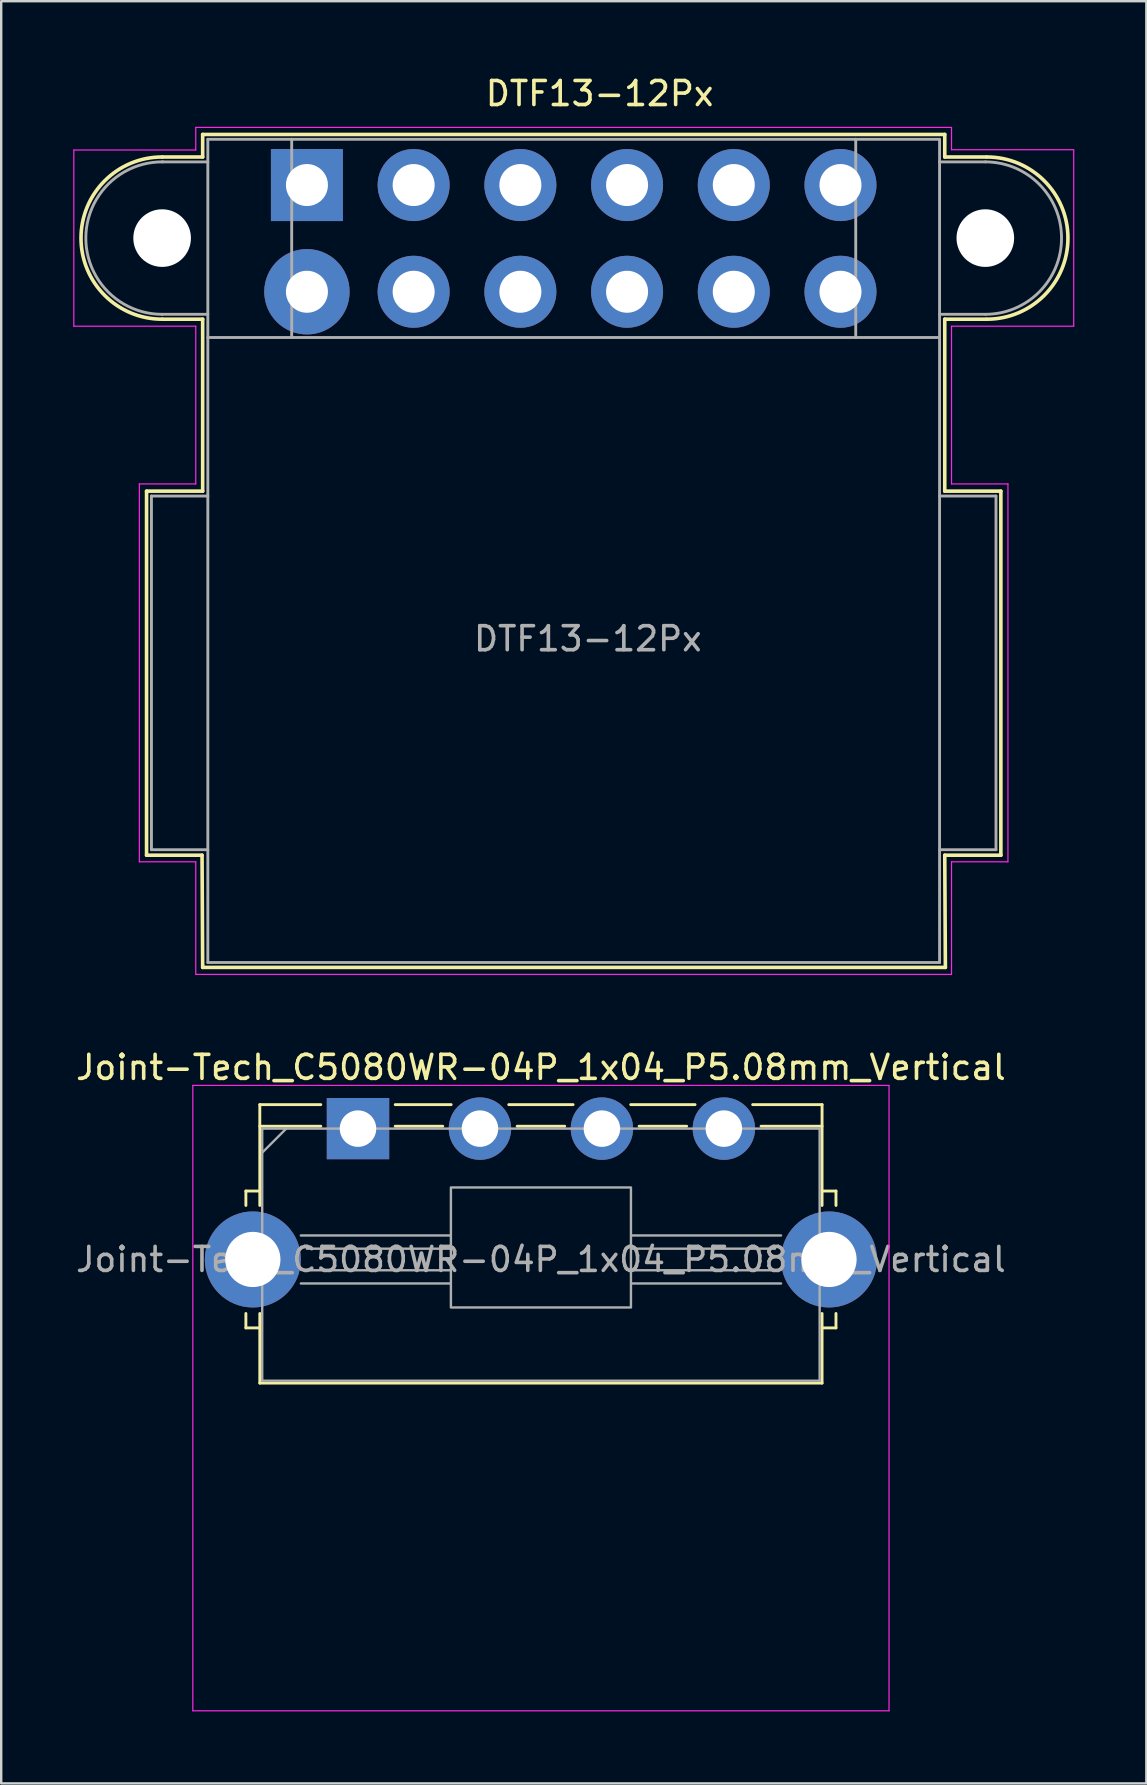
<source format=kicad_pcb>
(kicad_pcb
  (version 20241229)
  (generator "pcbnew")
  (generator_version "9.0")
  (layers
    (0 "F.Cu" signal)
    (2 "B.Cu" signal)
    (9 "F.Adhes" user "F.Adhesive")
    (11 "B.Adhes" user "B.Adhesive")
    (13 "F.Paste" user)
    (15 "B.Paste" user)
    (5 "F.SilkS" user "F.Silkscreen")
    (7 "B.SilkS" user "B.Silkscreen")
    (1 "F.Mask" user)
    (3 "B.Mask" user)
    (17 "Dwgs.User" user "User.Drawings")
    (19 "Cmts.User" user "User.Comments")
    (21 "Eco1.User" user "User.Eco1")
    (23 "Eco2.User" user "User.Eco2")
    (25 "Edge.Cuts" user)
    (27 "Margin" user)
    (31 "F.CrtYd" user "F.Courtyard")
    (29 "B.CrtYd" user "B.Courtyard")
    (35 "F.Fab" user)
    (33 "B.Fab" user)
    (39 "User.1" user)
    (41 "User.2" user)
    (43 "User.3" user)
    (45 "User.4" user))
  (footprint "DTF13-12Px"
    (layer "F.Cu")
    (at 9.735 4.658)
    (property "Reference" "DTF13-12Px" (at 12.192 -3.81 0) (layer "F.SilkS") (effects (font (size 1 1) (thickness 0.15))))
    (attr through_hole)
    (fp_line (start -6.68 12.751) (end -4.343 12.751) (stroke (width 0.15) (type solid)) (layer "F.SilkS"))
    (fp_line (start -6.68 27.915) (end -6.68 12.751) (stroke (width 0.15) (type solid)) (layer "F.SilkS"))
    (fp_line (start -6.02 -1.168) (end -4.343 -1.168) (stroke (width 0.15) (type solid)) (layer "F.SilkS"))
    (fp_line (start -4.369 27.915) (end -6.68 27.915) (stroke (width 0.15) (type solid)) (layer "F.SilkS"))
    (fp_line (start -4.343 -2.108) (end 26.568 -2.108) (stroke (width 0.15) (type solid)) (layer "F.SilkS"))
    (fp_line (start -4.343 -1.168) (end -4.343 -2.108) (stroke (width 0.15) (type solid)) (layer "F.SilkS"))
    (fp_line (start -4.343 5.588) (end -6.02 5.588) (stroke (width 0.15) (type solid)) (layer "F.SilkS"))
    (fp_line (start -4.343 12.751) (end -4.343 5.588) (stroke (width 0.15) (type solid)) (layer "F.SilkS"))
    (fp_line (start -4.343 32.588) (end -4.369 27.915) (stroke (width 0.15) (type solid)) (layer "F.SilkS"))
    (fp_line (start 26.568 -1.168) (end 26.568 -2.108) (stroke (width 0.15) (type solid)) (layer "F.SilkS"))
    (fp_line (start 26.568 5.588) (end 26.568 12.751) (stroke (width 0.15) (type solid)) (layer "F.SilkS"))
    (fp_line (start 26.568 12.751) (end 28.905 12.751) (stroke (width 0.15) (type solid)) (layer "F.SilkS"))
    (fp_line (start 26.568 27.915) (end 26.594 32.588) (stroke (width 0.15) (type solid)) (layer "F.SilkS"))
    (fp_line (start 26.594 32.588) (end -4.343 32.588) (stroke (width 0.15) (type solid)) (layer "F.SilkS"))
    (fp_line (start 28.296 -1.168) (end 26.568 -1.168) (stroke (width 0.15) (type solid)) (layer "F.SilkS"))
    (fp_line (start 28.296 5.588) (end 26.568 5.588) (stroke (width 0.15) (type solid)) (layer "F.SilkS"))
    (fp_line (start 28.905 27.915) (end 26.568 27.915) (stroke (width 0.15) (type solid)) (layer "F.SilkS"))
    (fp_line (start 28.905 27.915) (end 28.905 12.751) (stroke (width 0.15) (type solid)) (layer "F.SilkS"))
    (fp_arc (start -6.0325 5.588) (mid -9.4107 2.2098) (end -6.0325 -1.1684) (stroke (width 0.15) (type solid)) (layer "F.SilkS"))
    (fp_arc (start 28.321 -1.1684) (mid 31.6992 2.2098) (end 28.321 5.588) (stroke (width 0.15) (type solid)) (layer "F.SilkS"))
    (fp_line (start -9.71 -1.46) (end -4.63 -1.46) (stroke (width 0.05) (type solid)) (layer "F.CrtYd"))
    (fp_line (start -9.71 5.88) (end -9.71 -1.46) (stroke (width 0.05) (type solid)) (layer "F.CrtYd"))
    (fp_line (start -9.71 5.88) (end -4.63 5.88) (stroke (width 0.05) (type solid)) (layer "F.CrtYd"))
    (fp_line (start -6.98 12.45) (end -4.63 12.45) (stroke (width 0.05) (type solid)) (layer "F.CrtYd"))
    (fp_line (start -6.98 28.19) (end -6.98 12.45) (stroke (width 0.05) (type solid)) (layer "F.CrtYd"))
    (fp_line (start -6.98 28.19) (end -4.63 28.19) (stroke (width 0.05) (type solid)) (layer "F.CrtYd"))
    (fp_line (start -4.63 -2.4) (end 26.85 -2.4) (stroke (width 0.05) (type solid)) (layer "F.CrtYd"))
    (fp_line (start -4.63 -1.46) (end -4.63 -2.4) (stroke (width 0.05) (type solid)) (layer "F.CrtYd"))
    (fp_line (start -4.63 12.45) (end -4.63 5.88) (stroke (width 0.05) (type solid)) (layer "F.CrtYd"))
    (fp_line (start -4.63 32.88) (end -4.63 28.19) (stroke (width 0.05) (type solid)) (layer "F.CrtYd"))
    (fp_line (start -4.63 32.88) (end 26.85 32.88) (stroke (width 0.05) (type solid)) (layer "F.CrtYd"))
    (fp_line (start 26.85 -1.47) (end 26.85 -2.4) (stroke (width 0.05) (type solid)) (layer "F.CrtYd"))
    (fp_line (start 26.85 -1.47) (end 31.94 -1.47) (stroke (width 0.05) (type solid)) (layer "F.CrtYd"))
    (fp_line (start 26.85 5.88) (end 26.85 12.45) (stroke (width 0.05) (type solid)) (layer "F.CrtYd"))
    (fp_line (start 26.85 5.88) (end 31.94 5.88) (stroke (width 0.05) (type solid)) (layer "F.CrtYd"))
    (fp_line (start 26.85 12.45) (end 29.2 12.45) (stroke (width 0.05) (type solid)) (layer "F.CrtYd"))
    (fp_line (start 26.85 28.19) (end 26.85 32.88) (stroke (width 0.05) (type solid)) (layer "F.CrtYd"))
    (fp_line (start 26.85 28.19) (end 29.2 28.19) (stroke (width 0.05) (type solid)) (layer "F.CrtYd"))
    (fp_line (start 29.2 12.45) (end 29.2 28.19) (stroke (width 0.05) (type solid)) (layer "F.CrtYd"))
    (fp_line (start 31.94 -1.47) (end 31.94 5.88) (stroke (width 0.05) (type solid)) (layer "F.CrtYd"))
    (fp_line (start -6.477 12.954) (end -6.477 27.686) (stroke (width 0.12) (type solid)) (layer "F.Fab"))
    (fp_line (start -6.477 27.686) (end -4.128 27.686) (stroke (width 0.12) (type solid)) (layer "F.Fab"))
    (fp_line (start -6.032 -0.965) (end -4.128 -0.965) (stroke (width 0.12) (type solid)) (layer "F.Fab"))
    (fp_line (start -6.032 5.385) (end -4.128 5.385) (stroke (width 0.12) (type solid)) (layer "F.Fab"))
    (fp_line (start -4.128 -1.905) (end -4.128 32.385) (stroke (width 0.12) (type solid)) (layer "F.Fab"))
    (fp_line (start -4.128 12.954) (end -6.477 12.954) (stroke (width 0.12) (type solid)) (layer "F.Fab"))
    (fp_line (start -0.635 -1.905) (end -4.128 -1.905) (stroke (width 0.12) (type solid)) (layer "F.Fab"))
    (fp_line (start -0.635 -1.905) (end -0.635 6.35) (stroke (width 0.12) (type solid)) (layer "F.Fab"))
    (fp_line (start -0.635 -1.905) (end 22.86 -1.905) (stroke (width 0.12) (type solid)) (layer "F.Fab"))
    (fp_line (start -0.635 6.35) (end -4.128 6.35) (stroke (width 0.12) (type solid)) (layer "F.Fab"))
    (fp_line (start -0.635 6.35) (end 22.86 6.35) (stroke (width 0.12) (type solid)) (layer "F.Fab"))
    (fp_line (start 22.86 -1.905) (end 22.86 6.35) (stroke (width 0.12) (type solid)) (layer "F.Fab"))
    (fp_line (start 22.86 -1.905) (end 26.352 -1.905) (stroke (width 0.12) (type solid)) (layer "F.Fab"))
    (fp_line (start 22.86 6.35) (end 26.352 6.35) (stroke (width 0.12) (type solid)) (layer "F.Fab"))
    (fp_line (start 26.352 -1.905) (end 26.352 32.385) (stroke (width 0.12) (type solid)) (layer "F.Fab"))
    (fp_line (start 26.352 12.954) (end 28.702 12.954) (stroke (width 0.12) (type solid)) (layer "F.Fab"))
    (fp_line (start 26.352 32.385) (end -4.128 32.385) (stroke (width 0.12) (type solid)) (layer "F.Fab"))
    (fp_line (start 28.258 -0.965) (end 26.352 -0.965) (stroke (width 0.12) (type solid)) (layer "F.Fab"))
    (fp_line (start 28.258 5.385) (end 26.352 5.385) (stroke (width 0.12) (type solid)) (layer "F.Fab"))
    (fp_line (start 28.702 12.954) (end 28.702 27.686) (stroke (width 0.12) (type solid)) (layer "F.Fab"))
    (fp_line (start 28.702 27.686) (end 26.352 27.686) (stroke (width 0.12) (type solid)) (layer "F.Fab"))
    (fp_arc (start -6.0325 5.3848) (mid -9.207456 2.193176) (end -5.999252 -0.965026) (stroke (width 0.12) (type solid)) (layer "F.Fab"))
    (fp_arc (start 28.2575 -0.9652) (mid 31.4325 2.2098) (end 28.2575 5.3848) (stroke (width 0.12) (type solid)) (layer "F.Fab"))
    (fp_text user "${REFERENCE}" (at 11.7 18.9 0) (layer "F.Fab") (effects (font (size 1 1) (thickness 0.15))))
    (pad "" np_thru_hole circle (at -6.032 2.21) (size 2.4 2.4) (drill 2.4) (layers "*.Cu" "*.Mask"))
    (pad "" np_thru_hole circle (at 28.258 2.21) (size 2.4 2.4) (drill 2.4) (layers "*.Cu" "*.Mask"))
    (pad "1" thru_hole rect (at 0 0) (size 3 3) (drill 1.75) (layers "*.Cu" "*.Mask"))
    (pad "2" thru_hole circle (at 4.445 0) (size 3 3) (drill 1.75) (layers "*.Cu" "*.Mask"))
    (pad "3" thru_hole circle (at 8.89 0) (size 3 3) (drill 1.75) (layers "*.Cu" "*.Mask"))
    (pad "4" thru_hole circle (at 13.335 0) (size 3 3) (drill 1.75) (layers "*.Cu" "*.Mask"))
    (pad "5" thru_hole circle (at 17.78 0) (size 3 3) (drill 1.75) (layers "*.Cu" "*.Mask"))
    (pad "6" thru_hole circle (at 22.225 0) (size 3 3) (drill 1.75) (layers "*.Cu" "*.Mask"))
    (pad "7" thru_hole circle (at 22.225 4.445) (size 3 3) (drill 1.75) (layers "*.Cu" "*.Mask"))
    (pad "8" thru_hole circle (at 17.78 4.445) (size 3 3) (drill 1.75) (layers "*.Cu" "*.Mask"))
    (pad "9" thru_hole circle (at 13.335 4.445) (size 3 3) (drill 1.75) (layers "*.Cu" "*.Mask"))
    (pad "10" thru_hole circle (at 8.89 4.445) (size 3 3) (drill 1.75) (layers "*.Cu" "*.Mask"))
    (pad "11" thru_hole circle (at 4.445 4.445) (size 3 3) (drill 1.75) (layers "*.Cu" "*.Mask"))
    (pad "12" thru_hole circle (at 0 4.445) (size 3.556 3.556) (drill 1.75) (layers "*.Cu" "*.Mask")))
  (footprint "Joint-Tech_C5080WR-04P_1x04_P5.08mm_Vertical"
    (layer "F.Cu")
    (at 11.862 43.962)
    (property "Reference" "Joint-Tech_C5080WR-04P_1x04_P5.08mm_Vertical" (at 7.62 -2.55 180) (layer "F.SilkS") (effects (font (size 1 1) (thickness 0.15))))
    (attr through_hole)
    (fp_line (start -4.67 2.6) (end -4.67 3.2) (stroke (width 0.12) (type solid)) (layer "F.SilkS"))
    (fp_line (start -4.67 2.6) (end -4.09 2.6) (stroke (width 0.12) (type solid)) (layer "F.SilkS"))
    (fp_line (start -4.67 8.3) (end -4.67 7.7) (stroke (width 0.12) (type solid)) (layer "F.SilkS"))
    (fp_line (start -4.67 8.3) (end -4.09 8.3) (stroke (width 0.12) (type solid)) (layer "F.SilkS"))
    (fp_line (start -4.09 -1) (end -4.09 3.2) (stroke (width 0.12) (type solid)) (layer "F.SilkS"))
    (fp_line (start -4.09 10.6) (end -4.09 7.7) (stroke (width 0.12) (type solid)) (layer "F.SilkS"))
    (fp_line (start -1.55 -1) (end -4.09 -1) (stroke (width 0.12) (type solid)) (layer "F.SilkS"))
    (fp_line (start -1.55 -0.1) (end -4.09 -0.1) (stroke (width 0.12) (type solid)) (layer "F.SilkS"))
    (fp_line (start 1.55 -1) (end 3.88 -1) (stroke (width 0.12) (type solid)) (layer "F.SilkS"))
    (fp_line (start 3.53 -0.1) (end 1.55 -0.1) (stroke (width 0.12) (type solid)) (layer "F.SilkS"))
    (fp_line (start 6.28 -1) (end 8.96 -1) (stroke (width 0.12) (type solid)) (layer "F.SilkS"))
    (fp_line (start 8.61 -0.1) (end 6.63 -0.1) (stroke (width 0.12) (type solid)) (layer "F.SilkS"))
    (fp_line (start 11.36 -1) (end 14.04 -1) (stroke (width 0.12) (type solid)) (layer "F.SilkS"))
    (fp_line (start 13.69 -0.1) (end 11.71 -0.1) (stroke (width 0.12) (type solid)) (layer "F.SilkS"))
    (fp_line (start 19.33 -1) (end 16.44 -1) (stroke (width 0.12) (type solid)) (layer "F.SilkS"))
    (fp_line (start 19.33 -1) (end 19.33 3.2) (stroke (width 0.12) (type solid)) (layer "F.SilkS"))
    (fp_line (start 19.33 -0.1) (end 16.79 -0.1) (stroke (width 0.12) (type solid)) (layer "F.SilkS"))
    (fp_line (start 19.33 10.6) (end -4.09 10.6) (stroke (width 0.12) (type solid)) (layer "F.SilkS"))
    (fp_line (start 19.33 10.6) (end 19.33 7.7) (stroke (width 0.12) (type solid)) (layer "F.SilkS"))
    (fp_line (start 19.91 2.6) (end 19.33 2.6) (stroke (width 0.12) (type solid)) (layer "F.SilkS"))
    (fp_line (start 19.91 2.6) (end 19.91 3.2) (stroke (width 0.12) (type solid)) (layer "F.SilkS"))
    (fp_line (start 19.91 8.3) (end 19.33 8.3) (stroke (width 0.12) (type solid)) (layer "F.SilkS"))
    (fp_line (start 19.91 8.3) (end 19.91 7.7) (stroke (width 0.12) (type solid)) (layer "F.SilkS"))
    (fp_line (start -6.88 -1.8) (end -6.88 24.25) (stroke (width 0.05) (type solid)) (layer "F.CrtYd"))
    (fp_line (start -6.88 24.25) (end 22.12 24.25) (stroke (width 0.05) (type solid)) (layer "F.CrtYd"))
    (fp_line (start 22.12 -1.8) (end -6.88 -1.8) (stroke (width 0.05) (type solid)) (layer "F.CrtYd"))
    (fp_line (start 22.12 24.25) (end 22.12 -1.8) (stroke (width 0.05) (type solid)) (layer "F.CrtYd"))
    (fp_line (start -3.99 0) (end -3.99 10.5) (stroke (width 0.1) (type solid)) (layer "F.Fab"))
    (fp_line (start -3.99 10.5) (end 19.23 10.5) (stroke (width 0.1) (type solid)) (layer "F.Fab"))
    (fp_line (start -2.99 0) (end -3.99 1) (stroke (width 0.1) (type default)) (layer "F.Fab"))
    (fp_line (start -2.38 6.45) (end 3.84 6.45) (stroke (width 0.1) (type solid)) (layer "F.Fab"))
    (fp_line (start -2.13 5) (end 3.84 5) (stroke (width 0.1) (type solid)) (layer "F.Fab"))
    (fp_line (start 3.84 4.45) (end -2.38 4.45) (stroke (width 0.1) (type solid)) (layer "F.Fab"))
    (fp_line (start 3.84 5.9) (end -2.13 5.9) (stroke (width 0.1) (type solid)) (layer "F.Fab"))
    (fp_line (start 11.39 4.45) (end 17.62 4.45) (stroke (width 0.1) (type solid)) (layer "F.Fab"))
    (fp_line (start 11.39 5.9) (end 17.37 5.9) (stroke (width 0.1) (type solid)) (layer "F.Fab"))
    (fp_line (start 17.37 5) (end 11.39 5) (stroke (width 0.1) (type solid)) (layer "F.Fab"))
    (fp_line (start 17.62 6.45) (end 11.39 6.45) (stroke (width 0.1) (type solid)) (layer "F.Fab"))
    (fp_line (start 19.23 0) (end -3.99 0) (stroke (width 0.1) (type solid)) (layer "F.Fab"))
    (fp_line (start 19.23 10.5) (end 19.23 0) (stroke (width 0.1) (type solid)) (layer "F.Fab"))
    (fp_rect (start 3.87 2.45) (end 11.37 7.45) (stroke (width 0.1) (type default)) (fill no) (layer "F.Fab"))
    (fp_text user "${REFERENCE}" (at 7.62 5.45 180) (layer "F.Fab") (effects (font (size 1 1) (thickness 0.15))))
    (pad "1" thru_hole rect (at 0 0 180) (size 2.6 2.55) (drill 1.52) (layers "*.Cu" "*.Mask"))
    (pad "2" thru_hole circle (at 5.08 0 180) (size 2.6 2.6) (drill 1.52) (layers "*.Cu" "*.Mask"))
    (pad "3" thru_hole circle (at 10.16 0 180) (size 2.6 2.6) (drill 1.52) (layers "*.Cu" "*.Mask"))
    (pad "4" thru_hole circle (at 15.24 0 180) (size 2.6 2.6) (drill 1.52) (layers "*.Cu" "*.Mask"))
    (pad "5" thru_hole circle (at -4.38 5.45 180) (size 4 4) (drill 2.3) (layers "*.Cu" "*.Mask"))
    (pad "5" thru_hole circle (at 19.62 5.45 180) (size 4 4) (drill 2.3) (layers "*.Cu" "*.Mask")))
  (gr_rect
    (start -3 -3)
    (end 44.7 71.237)
    (stroke (width 0.1) (type default))
    (fill no)
    (layer "Edge.Cuts")))
</source>
